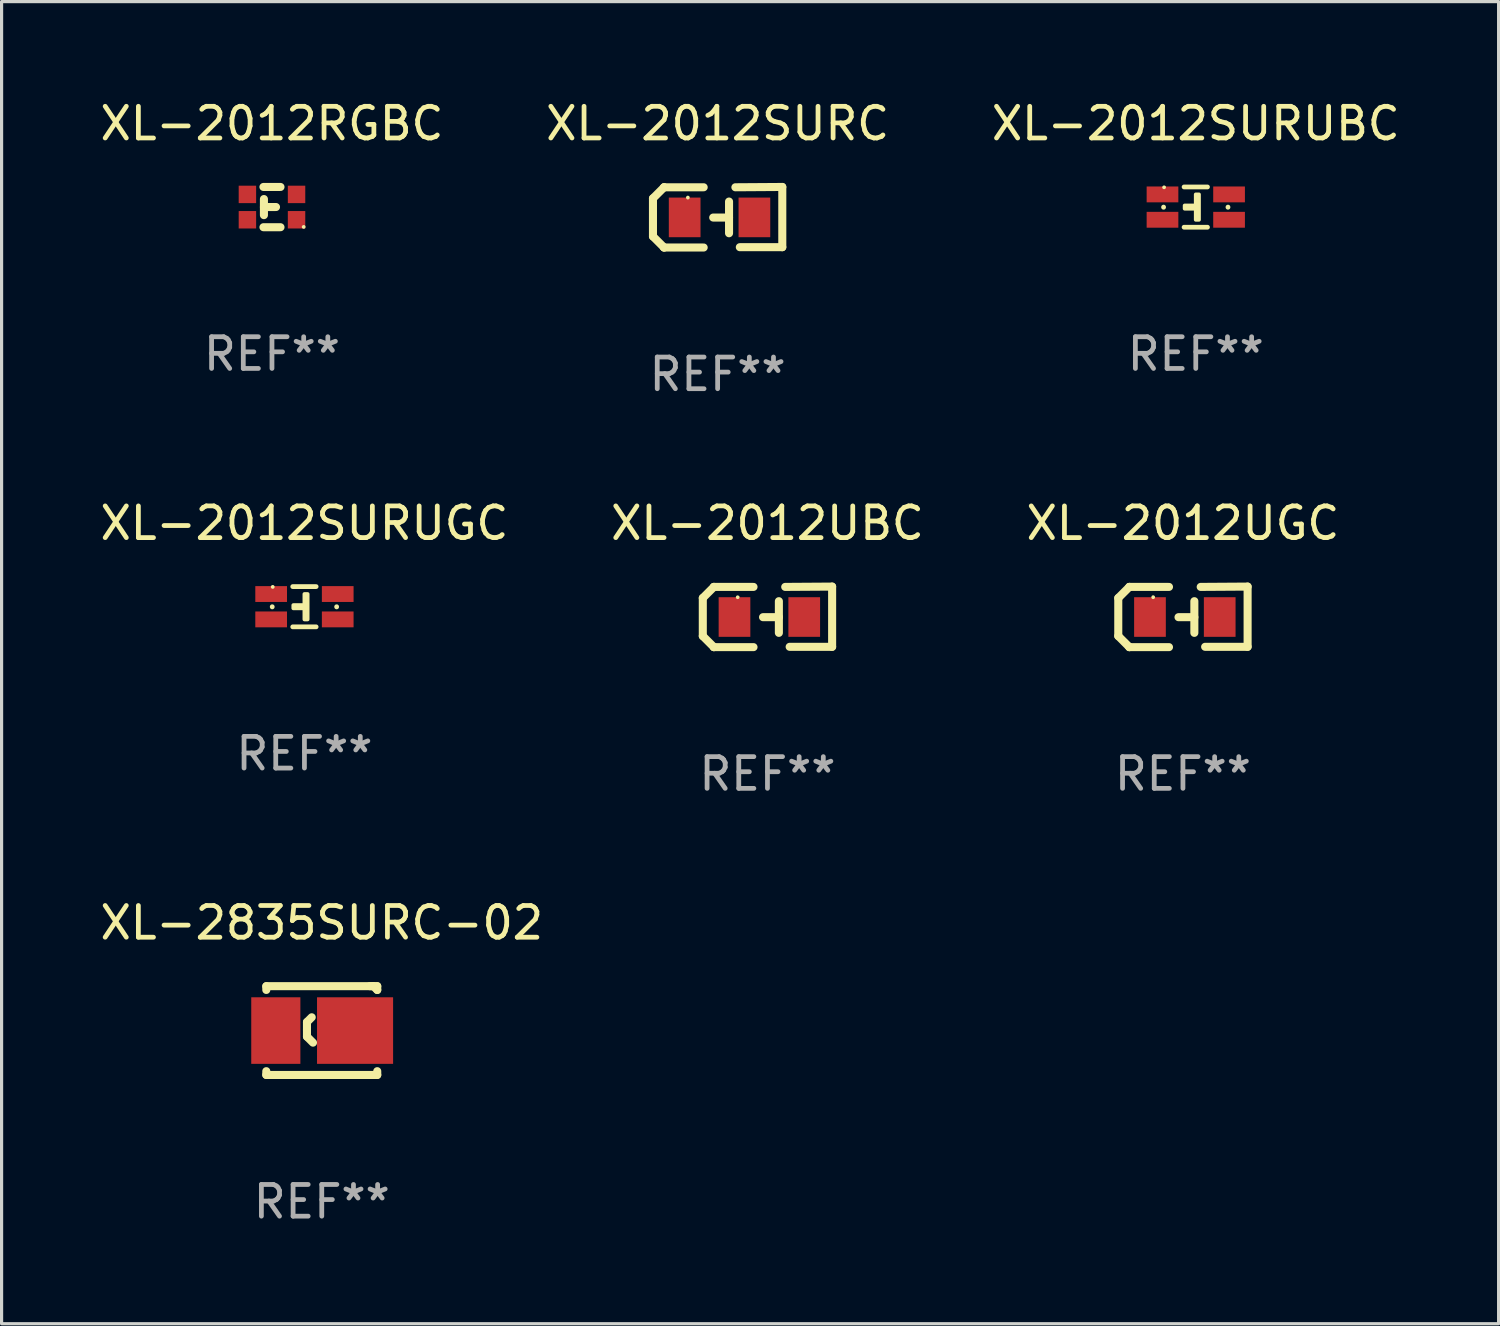
<source format=kicad_pcb>
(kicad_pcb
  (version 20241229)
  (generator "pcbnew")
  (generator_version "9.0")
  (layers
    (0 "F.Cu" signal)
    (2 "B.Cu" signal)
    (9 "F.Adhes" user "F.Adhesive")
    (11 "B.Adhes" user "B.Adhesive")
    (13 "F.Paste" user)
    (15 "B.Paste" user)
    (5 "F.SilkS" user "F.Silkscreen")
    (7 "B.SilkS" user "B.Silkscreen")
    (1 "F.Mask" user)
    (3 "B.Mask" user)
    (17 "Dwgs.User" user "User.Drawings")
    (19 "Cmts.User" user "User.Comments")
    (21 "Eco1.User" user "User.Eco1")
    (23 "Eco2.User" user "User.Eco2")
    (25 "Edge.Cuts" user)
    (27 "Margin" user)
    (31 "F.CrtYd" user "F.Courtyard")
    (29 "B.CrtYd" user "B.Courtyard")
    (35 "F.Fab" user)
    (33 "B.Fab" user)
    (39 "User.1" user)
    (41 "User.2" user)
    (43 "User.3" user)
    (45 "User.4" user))
  (footprint "XL-2012UBC"
    (layer "F.Cu")
    (at 21.161 16.41)
    (property "Reference" "XL-2012UBC" (at 0 -2.955 0) (layer "F.SilkS") (effects (font (size 1 1) (thickness 0.15))))
    (attr through_hole)
    (fp_line (start -2.04 -0.595) (end -2.04 0.605) (stroke (width 0.254) (type solid)) (layer "F.SilkS"))
    (fp_line (start -1.69 -0.945) (end -1.69 -0.945) (stroke (width 0.254) (type solid)) (layer "F.SilkS"))
    (fp_line (start -1.69 -0.945) (end -2.04 -0.595) (stroke (width 0.254) (type solid)) (layer "F.SilkS"))
    (fp_line (start -1.69 0.955) (end -2.04 0.605) (stroke (width 0.254) (type solid)) (layer "F.SilkS"))
    (fp_line (start -1.69 0.955) (end -1.69 0.955) (stroke (width 0.254) (type solid)) (layer "F.SilkS"))
    (fp_line (start -0.44 -0.945) (end -1.69 -0.945) (stroke (width 0.254) (type solid)) (layer "F.SilkS"))
    (fp_line (start -0.44 0.955) (end -1.69 0.955) (stroke (width 0.254) (type solid)) (layer "F.SilkS"))
    (fp_line (start 0.36 -0.495) (end 0.36 0.505) (stroke (width 0.254) (type solid)) (layer "F.SilkS"))
    (fp_line (start 0.36 0.01) (end -0.14 0.01) (stroke (width 0.254) (type solid)) (layer "F.SilkS"))
    (fp_line (start 0.56 -0.945) (end 2.04 -0.955) (stroke (width 0.254) (type solid)) (layer "F.SilkS"))
    (fp_line (start 0.7 0.945) (end 2.04 0.945) (stroke (width 0.254) (type solid)) (layer "F.SilkS"))
    (fp_line (start 2.04 -0.955) (end 2.04 0.945) (stroke (width 0.254) (type solid)) (layer "F.SilkS"))
    (fp_circle (center -0.94 -0.62) (end -0.91 -0.62) (stroke (width 0.06) (type solid)) (fill no) (layer "F.SilkS"))
    (fp_text user "REF**" (at 0 4.955 0) (layer "F.Fab") (effects (font (size 1 1) (thickness 0.15))))
    (pad "1" smd rect (at -1.04 0.005 180) (size 1 1.25) (layers "F.Cu" "F.Mask" "F.Paste"))
    (pad "2" smd rect (at 1.16 0.005 180) (size 1 1.25) (layers "F.Cu" "F.Mask" "F.Paste")))
  (footprint "XL-2012SURUGC"
    (layer "F.Cu")
    (at 6.554 16.09)
    (property "Reference" "XL-2012SURUGC" (at 0 -2.635 0) (layer "F.SilkS") (effects (font (size 1 1) (thickness 0.15))))
    (attr through_hole)
    (fp_line (start -1.016 0.006) (end -1.016 0) (stroke (width 0.15) (type solid)) (layer "F.SilkS"))
    (fp_line (start -0.369 -0.635) (end 0.369 -0.635) (stroke (width 0.15) (type solid)) (layer "F.SilkS"))
    (fp_line (start -0.369 0.635) (end 0.369 0.635) (stroke (width 0.15) (type solid)) (layer "F.SilkS"))
    (fp_line (start 1.016 0.006) (end 1.016 0) (stroke (width 0.15) (type solid)) (layer "F.SilkS"))
    (fp_circle (center -1 -0.625) (end -0.97 -0.625) (stroke (width 0.06) (type solid)) (fill no) (layer "F.SilkS"))
    (fp_poly (pts (xy -0.35 -0.05) (xy -0.05 -0.05) (xy -0.05 0.05) (xy -0.35 0.05)) (stroke (width 0.12) (type solid)) (fill yes) (layer "F.SilkS"))
    (fp_poly (pts (xy 0 -0.4) (xy 0.1 -0.4) (xy 0.1 0.4) (xy 0 0.4)) (stroke (width 0.12) (type solid)) (fill yes) (layer "F.SilkS"))
    (fp_text user "REF**" (at 0 4.635 0) (layer "F.Fab") (effects (font (size 1 1) (thickness 0.15))))
    (pad "1" smd rect (at -1.05 -0.4) (size 1 0.5) (layers "F.Cu" "F.Mask" "F.Paste"))
    (pad "2" smd rect (at 1.05 -0.4) (size 1 0.5) (layers "F.Cu" "F.Mask" "F.Paste"))
    (pad "3" smd rect (at -1.05 0.4) (size 1 0.5) (layers "F.Cu" "F.Mask" "F.Paste"))
    (pad "4" smd rect (at 1.05 0.4) (size 1 0.5) (layers "F.Cu" "F.Mask" "F.Paste")))
  (footprint "XL-2012UGC"
    (layer "F.Cu")
    (at 34.268 16.41)
    (property "Reference" "XL-2012UGC" (at 0 -2.955 0) (layer "F.SilkS") (effects (font (size 1 1) (thickness 0.15))))
    (attr through_hole)
    (fp_line (start -2.04 -0.595) (end -2.04 0.605) (stroke (width 0.254) (type solid)) (layer "F.SilkS"))
    (fp_line (start -1.69 -0.945) (end -1.69 -0.945) (stroke (width 0.254) (type solid)) (layer "F.SilkS"))
    (fp_line (start -1.69 -0.945) (end -2.04 -0.595) (stroke (width 0.254) (type solid)) (layer "F.SilkS"))
    (fp_line (start -1.69 0.955) (end -2.04 0.605) (stroke (width 0.254) (type solid)) (layer "F.SilkS"))
    (fp_line (start -1.69 0.955) (end -1.69 0.955) (stroke (width 0.254) (type solid)) (layer "F.SilkS"))
    (fp_line (start -0.44 -0.945) (end -1.69 -0.945) (stroke (width 0.254) (type solid)) (layer "F.SilkS"))
    (fp_line (start -0.44 0.955) (end -1.69 0.955) (stroke (width 0.254) (type solid)) (layer "F.SilkS"))
    (fp_line (start 0.36 -0.495) (end 0.36 0.505) (stroke (width 0.254) (type solid)) (layer "F.SilkS"))
    (fp_line (start 0.36 0.01) (end -0.14 0.01) (stroke (width 0.254) (type solid)) (layer "F.SilkS"))
    (fp_line (start 0.56 -0.945) (end 2.04 -0.955) (stroke (width 0.254) (type solid)) (layer "F.SilkS"))
    (fp_line (start 0.7 0.945) (end 2.04 0.945) (stroke (width 0.254) (type solid)) (layer "F.SilkS"))
    (fp_line (start 2.04 -0.955) (end 2.04 0.945) (stroke (width 0.254) (type solid)) (layer "F.SilkS"))
    (fp_circle (center -0.94 -0.62) (end -0.91 -0.62) (stroke (width 0.06) (type solid)) (fill no) (layer "F.SilkS"))
    (fp_text user "REF**" (at 0 4.955 0) (layer "F.Fab") (effects (font (size 1 1) (thickness 0.15))))
    (pad "1" smd rect (at -1.04 0.005 180) (size 1 1.25) (layers "F.Cu" "F.Mask" "F.Paste"))
    (pad "2" smd rect (at 1.16 0.005 180) (size 1 1.25) (layers "F.Cu" "F.Mask" "F.Paste")))
  (footprint "XL-2835SURC-02"
    (layer "F.Cu")
    (at 7.101 29.461)
    (property "Reference" "XL-2835SURC-02" (at 0 -3.4 0) (layer "F.SilkS") (effects (font (size 1 1) (thickness 0.15))))
    (attr through_hole)
    (fp_line (start -1.75 -1.4) (end -1.75 -1.281) (stroke (width 0.254) (type solid)) (layer "F.SilkS"))
    (fp_line (start -1.75 1.281) (end -1.75 1.4) (stroke (width 0.254) (type solid)) (layer "F.SilkS"))
    (fp_line (start -1.75 1.4) (end 1.75 1.4) (stroke (width 0.254) (type solid)) (layer "F.SilkS"))
    (fp_line (start -0.467 -0.269) (end -0.317 -0.419) (stroke (width 0.254) (type solid)) (layer "F.SilkS"))
    (fp_line (start -0.467 -0.019) (end -0.467 -0.269) (stroke (width 0.254) (type solid)) (layer "F.SilkS"))
    (fp_line (start -0.467 0.191) (end -0.467 -0.019) (stroke (width 0.254) (type solid)) (layer "F.SilkS"))
    (fp_line (start -0.277 0.381) (end -0.467 0.191) (stroke (width 0.254) (type solid)) (layer "F.SilkS"))
    (fp_line (start 1.513 -1.4) (end 1.631 -1.4) (stroke (width 0.254) (type solid)) (layer "F.SilkS"))
    (fp_line (start 1.631 -1.4) (end 1.75 -1.281) (stroke (width 0.254) (type solid)) (layer "F.SilkS"))
    (fp_line (start 1.75 -1.4) (end -1.75 -1.4) (stroke (width 0.254) (type solid)) (layer "F.SilkS"))
    (fp_line (start 1.75 -1.4) (end 1.75 -1.281) (stroke (width 0.254) (type solid)) (layer "F.SilkS"))
    (fp_line (start 1.75 1.281) (end 1.75 1.4) (stroke (width 0.254) (type solid)) (layer "F.SilkS"))
    (fp_circle (center 1.775 -1.4) (end 1.805 -1.4) (stroke (width 0.06) (type solid)) (fill no) (layer "F.SilkS"))
    (fp_text user "REF**" (at 0 5.4 0) (layer "F.Fab") (effects (font (size 1 1) (thickness 0.15))))
    (pad "1" smd rect (at 1.05 0.000064) (size 2.4 2.1) (layers "F.Cu" "F.Mask" "F.Paste"))
    (pad "2" smd rect (at -1.45 0.000064) (size 1.55 2.1) (layers "F.Cu" "F.Mask" "F.Paste")))
  (footprint "XL-2012RGBC"
    (layer "F.Cu")
    (at 5.53 3.483)
    (property "Reference" "XL-2012RGBC" (at 0 -2.635 0) (layer "F.SilkS") (effects (font (size 1 1) (thickness 0.15))))
    (attr through_hole)
    (fp_line (start -0.254 -0.002) (end 0.127 -0.002) (stroke (width 0.254) (type solid)) (layer "F.SilkS"))
    (fp_line (start -0.254 0.254) (end -0.254 -0.254) (stroke (width 0.254) (type solid)) (layer "F.SilkS"))
    (fp_line (start 0.269 -0.635) (end -0.269 -0.635) (stroke (width 0.254) (type solid)) (layer "F.SilkS"))
    (fp_line (start 0.269 0.635) (end -0.269 0.635) (stroke (width 0.254) (type solid)) (layer "F.SilkS"))
    (fp_circle (center 1 0.625) (end 1.03 0.625) (stroke (width 0.06) (type solid)) (fill no) (layer "F.SilkS"))
    (fp_text user "REF**" (at 0 4.635 0) (layer "F.Fab") (effects (font (size 1 1) (thickness 0.15))))
    (pad "1" smd rect (at 0.775 0.4 180) (size 0.55 0.55) (layers "F.Cu" "F.Mask" "F.Paste"))
    (pad "2" smd rect (at -0.775 0.4 180) (size 0.55 0.55) (layers "F.Cu" "F.Mask" "F.Paste"))
    (pad "3" smd rect (at 0.775 -0.4 180) (size 0.55 0.55) (layers "F.Cu" "F.Mask" "F.Paste"))
    (pad "4" smd rect (at -0.775 -0.4 180) (size 0.55 0.55) (layers "F.Cu" "F.Mask" "F.Paste")))
  (footprint "XL-2012SURC"
    (layer "F.Cu")
    (at 19.589 3.803)
    (property "Reference" "XL-2012SURC" (at 0 -2.955 0) (layer "F.SilkS") (effects (font (size 1 1) (thickness 0.15))))
    (attr through_hole)
    (fp_line (start -2.04 -0.595) (end -2.04 0.605) (stroke (width 0.254) (type solid)) (layer "F.SilkS"))
    (fp_line (start -1.69 -0.945) (end -1.69 -0.945) (stroke (width 0.254) (type solid)) (layer "F.SilkS"))
    (fp_line (start -1.69 -0.945) (end -2.04 -0.595) (stroke (width 0.254) (type solid)) (layer "F.SilkS"))
    (fp_line (start -1.69 0.955) (end -2.04 0.605) (stroke (width 0.254) (type solid)) (layer "F.SilkS"))
    (fp_line (start -1.69 0.955) (end -1.69 0.955) (stroke (width 0.254) (type solid)) (layer "F.SilkS"))
    (fp_line (start -0.44 -0.945) (end -1.69 -0.945) (stroke (width 0.254) (type solid)) (layer "F.SilkS"))
    (fp_line (start -0.44 0.955) (end -1.69 0.955) (stroke (width 0.254) (type solid)) (layer "F.SilkS"))
    (fp_line (start 0.36 -0.495) (end 0.36 0.505) (stroke (width 0.254) (type solid)) (layer "F.SilkS"))
    (fp_line (start 0.36 0.01) (end -0.14 0.01) (stroke (width 0.254) (type solid)) (layer "F.SilkS"))
    (fp_line (start 0.56 -0.945) (end 2.04 -0.955) (stroke (width 0.254) (type solid)) (layer "F.SilkS"))
    (fp_line (start 0.7 0.945) (end 2.04 0.945) (stroke (width 0.254) (type solid)) (layer "F.SilkS"))
    (fp_line (start 2.04 -0.955) (end 2.04 0.945) (stroke (width 0.254) (type solid)) (layer "F.SilkS"))
    (fp_circle (center -0.94 -0.62) (end -0.91 -0.62) (stroke (width 0.06) (type solid)) (fill no) (layer "F.SilkS"))
    (fp_text user "REF**" (at 0 4.955 0) (layer "F.Fab") (effects (font (size 1 1) (thickness 0.15))))
    (pad "1" smd rect (at -1.04 0.005 180) (size 1 1.25) (layers "F.Cu" "F.Mask" "F.Paste"))
    (pad "2" smd rect (at 1.16 0.005 180) (size 1 1.25) (layers "F.Cu" "F.Mask" "F.Paste")))
  (footprint "XL-2012SURUBC"
    (layer "F.Cu")
    (at 34.673 3.483)
    (property "Reference" "XL-2012SURUBC" (at 0 -2.635 0) (layer "F.SilkS") (effects (font (size 1 1) (thickness 0.15))))
    (attr through_hole)
    (fp_line (start -1.016 0.006) (end -1.016 0) (stroke (width 0.15) (type solid)) (layer "F.SilkS"))
    (fp_line (start -0.369 -0.635) (end 0.369 -0.635) (stroke (width 0.15) (type solid)) (layer "F.SilkS"))
    (fp_line (start -0.369 0.635) (end 0.369 0.635) (stroke (width 0.15) (type solid)) (layer "F.SilkS"))
    (fp_line (start 1.016 0.006) (end 1.016 0) (stroke (width 0.15) (type solid)) (layer "F.SilkS"))
    (fp_circle (center -1 -0.625) (end -0.97 -0.625) (stroke (width 0.06) (type solid)) (fill no) (layer "F.SilkS"))
    (fp_poly (pts (xy -0.35 -0.05) (xy -0.05 -0.05) (xy -0.05 0.05) (xy -0.35 0.05)) (stroke (width 0.12) (type solid)) (fill yes) (layer "F.SilkS"))
    (fp_poly (pts (xy 0 -0.4) (xy 0.1 -0.4) (xy 0.1 0.4) (xy 0 0.4)) (stroke (width 0.12) (type solid)) (fill yes) (layer "F.SilkS"))
    (fp_text user "REF**" (at 0 4.635 0) (layer "F.Fab") (effects (font (size 1 1) (thickness 0.15))))
    (pad "1" smd rect (at -1.05 -0.4) (size 1 0.5) (layers "F.Cu" "F.Mask" "F.Paste"))
    (pad "2" smd rect (at 1.05 -0.4) (size 1 0.5) (layers "F.Cu" "F.Mask" "F.Paste"))
    (pad "3" smd rect (at -1.05 0.4) (size 1 0.5) (layers "F.Cu" "F.Mask" "F.Paste"))
    (pad "4" smd rect (at 1.05 0.4) (size 1 0.5) (layers "F.Cu" "F.Mask" "F.Paste")))
  (gr_rect
    (start -3 -3)
    (end 44.226 38.709)
    (stroke (width 0.1) (type default))
    (fill no)
    (layer "Edge.Cuts")))
</source>
